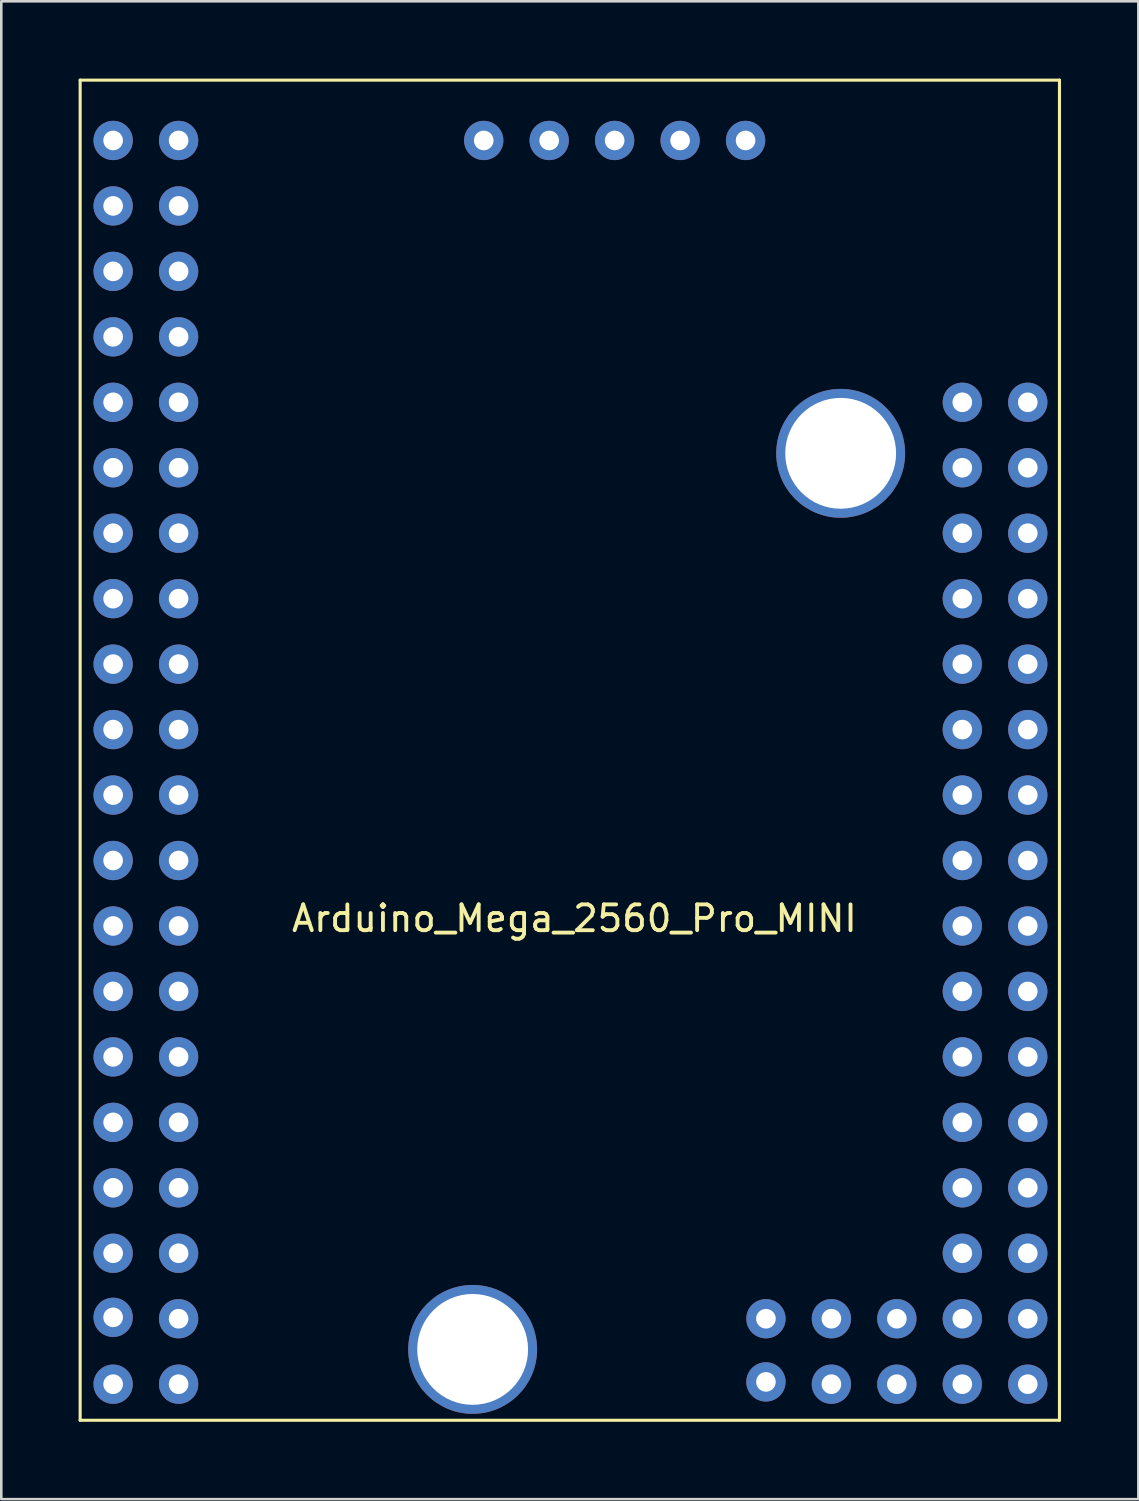
<source format=kicad_pcb>
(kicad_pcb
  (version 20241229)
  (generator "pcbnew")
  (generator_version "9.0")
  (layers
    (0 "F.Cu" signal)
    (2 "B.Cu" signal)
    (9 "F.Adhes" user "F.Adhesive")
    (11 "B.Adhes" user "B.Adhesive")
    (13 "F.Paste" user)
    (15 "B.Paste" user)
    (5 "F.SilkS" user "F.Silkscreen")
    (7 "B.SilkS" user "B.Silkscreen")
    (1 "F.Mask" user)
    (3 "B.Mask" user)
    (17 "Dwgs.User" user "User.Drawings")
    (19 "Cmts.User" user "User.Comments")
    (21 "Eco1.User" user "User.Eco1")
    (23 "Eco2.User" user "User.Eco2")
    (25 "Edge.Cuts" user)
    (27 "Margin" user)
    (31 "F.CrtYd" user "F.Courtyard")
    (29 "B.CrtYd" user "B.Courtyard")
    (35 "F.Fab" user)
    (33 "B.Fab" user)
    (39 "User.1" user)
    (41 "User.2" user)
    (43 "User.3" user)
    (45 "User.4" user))
  (footprint "Arduino_Mega_2560_Pro_MINI"
    (layer "F.Cu")
    (at 19.06 26.06)
    (property "Reference" "Arduino_Mega_2560_Pro_MINI" (at 0.178 6.528 0) (layer "F.SilkS") (effects (font (size 1 1) (thickness 0.15))))
    (attr through_hole)
    (fp_line (start -19 -26) (end 19 -26) (stroke (width 0.12) (type solid)) (layer "F.SilkS"))
    (fp_line (start -19 26) (end -19 -26) (stroke (width 0.12) (type solid)) (layer "F.SilkS"))
    (fp_line (start 19 -26) (end 19 26) (stroke (width 0.12) (type solid)) (layer "F.SilkS"))
    (fp_line (start 19 26) (end -19 26) (stroke (width 0.12) (type solid)) (layer "F.SilkS"))
    (pad "0" thru_hole circle (at -15.18 -13.5) (size 1.524 1.524) (drill 0.762) (layers "*.Cu" "*.Mask"))
    (pad "1" thru_hole circle (at -17.72 -13.5) (size 1.524 1.524) (drill 0.762) (layers "*.Cu" "*.Mask"))
    (pad "2" thru_hole circle (at -15.18 -10.96) (size 1.524 1.524) (drill 0.762) (layers "*.Cu" "*.Mask"))
    (pad "3" thru_hole circle (at -17.72 -10.96) (size 1.524 1.524) (drill 0.762) (layers "*.Cu" "*.Mask"))
    (pad "4" thru_hole circle (at -15.18 -8.42) (size 1.524 1.524) (drill 0.762) (layers "*.Cu" "*.Mask"))
    (pad "5" thru_hole circle (at -17.72 -8.42) (size 1.524 1.524) (drill 0.762) (layers "*.Cu" "*.Mask"))
    (pad "6" thru_hole circle (at -15.18 -5.88) (size 1.524 1.524) (drill 0.762) (layers "*.Cu" "*.Mask"))
    (pad "7" thru_hole circle (at -17.72 -5.88) (size 1.524 1.524) (drill 0.762) (layers "*.Cu" "*.Mask"))
    (pad "8" thru_hole circle (at -15.18 -3.34) (size 1.524 1.524) (drill 0.762) (layers "*.Cu" "*.Mask"))
    (pad "9" thru_hole circle (at -17.72 -3.34) (size 1.524 1.524) (drill 0.762) (layers "*.Cu" "*.Mask"))
    (pad "10" thru_hole circle (at -15.18 -0.8) (size 1.524 1.524) (drill 0.762) (layers "*.Cu" "*.Mask"))
    (pad "11" thru_hole circle (at -17.72 -0.8) (size 1.524 1.524) (drill 0.762) (layers "*.Cu" "*.Mask"))
    (pad "12" thru_hole circle (at -15.18 1.74) (size 1.524 1.524) (drill 0.762) (layers "*.Cu" "*.Mask"))
    (pad "13" thru_hole circle (at -17.72 1.74) (size 1.524 1.524) (drill 0.762) (layers "*.Cu" "*.Mask"))
    (pad "14" thru_hole circle (at -15.18 4.28) (size 1.524 1.524) (drill 0.762) (layers "*.Cu" "*.Mask"))
    (pad "15" thru_hole circle (at -17.72 4.28) (size 1.524 1.524) (drill 0.762) (layers "*.Cu" "*.Mask"))
    (pad "16" thru_hole circle (at -15.18 6.82) (size 1.524 1.524) (drill 0.762) (layers "*.Cu" "*.Mask"))
    (pad "17" thru_hole circle (at -17.72 6.82) (size 1.524 1.524) (drill 0.762) (layers "*.Cu" "*.Mask"))
    (pad "18" thru_hole circle (at -15.18 9.36) (size 1.524 1.524) (drill 0.762) (layers "*.Cu" "*.Mask"))
    (pad "19" thru_hole circle (at -17.72 9.36) (size 1.524 1.524) (drill 0.762) (layers "*.Cu" "*.Mask"))
    (pad "20" thru_hole circle (at -15.18 11.9) (size 1.524 1.524) (drill 0.762) (layers "*.Cu" "*.Mask"))
    (pad "21" thru_hole circle (at -17.72 11.9) (size 1.524 1.524) (drill 0.762) (layers "*.Cu" "*.Mask"))
    (pad "22" thru_hole circle (at -15.18 14.44) (size 1.524 1.524) (drill 0.762) (layers "*.Cu" "*.Mask"))
    (pad "23" thru_hole circle (at -17.72 14.44) (size 1.524 1.524) (drill 0.762) (layers "*.Cu" "*.Mask"))
    (pad "24" thru_hole circle (at -15.18 16.98) (size 1.524 1.524) (drill 0.762) (layers "*.Cu" "*.Mask"))
    (pad "24.32" thru_hole circle (at -17.72 -23.66) (size 1.524 1.524) (drill 0.762) (layers "*.Cu" "*.Mask"))
    (pad "24.33" thru_hole circle (at -17.72 -21.12) (size 1.524 1.524) (drill 0.762) (layers "*.Cu" "*.Mask"))
    (pad "24.52" thru_hole circle (at 10.51 -11.52) (size 5 5) (drill 4.3) (layers "*.Cu" "*.Mask"))
    (pad "24.53" thru_hole circle (at -3.77 23.25) (size 5 5) (drill 4.3) (layers "*.Cu" "*.Mask"))
    (pad "25" thru_hole circle (at -17.72 16.98) (size 1.524 1.524) (drill 0.762) (layers "*.Cu" "*.Mask"))
    (pad "26" thru_hole circle (at -15.18 19.52) (size 1.524 1.524) (drill 0.762) (layers "*.Cu" "*.Mask"))
    (pad "27" thru_hole circle (at -17.72 19.52) (size 1.524 1.524) (drill 0.762) (layers "*.Cu" "*.Mask"))
    (pad "28" thru_hole circle (at -15.18 22.06) (size 1.524 1.524) (drill 0.762) (layers "*.Cu" "*.Mask"))
    (pad "29" thru_hole circle (at -17.72 22.006) (size 1.524 1.524) (drill 0.762) (layers "*.Cu" "*.Mask"))
    (pad "30" thru_hole circle (at -15.18 24.6) (size 1.524 1.524) (drill 0.762) (layers "*.Cu" "*.Mask"))
    (pad "31" thru_hole circle (at -17.72 24.6) (size 1.524 1.524) (drill 0.762) (layers "*.Cu" "*.Mask"))
    (pad "32" thru_hole circle (at 17.77 6.82) (size 1.524 1.524) (drill 0.762) (layers "*.Cu" "*.Mask"))
    (pad "33" thru_hole circle (at 15.23 6.82) (size 1.524 1.524) (drill 0.762) (layers "*.Cu" "*.Mask"))
    (pad "34" thru_hole circle (at 17.77 9.36) (size 1.524 1.524) (drill 0.762) (layers "*.Cu" "*.Mask"))
    (pad "35" thru_hole circle (at 15.23 9.36) (size 1.524 1.524) (drill 0.762) (layers "*.Cu" "*.Mask"))
    (pad "36" thru_hole circle (at 17.77 11.9) (size 1.524 1.524) (drill 0.762) (layers "*.Cu" "*.Mask"))
    (pad "37" thru_hole circle (at 15.23 11.9) (size 1.524 1.524) (drill 0.762) (layers "*.Cu" "*.Mask"))
    (pad "38" thru_hole circle (at 17.77 14.44) (size 1.524 1.524) (drill 0.762) (layers "*.Cu" "*.Mask"))
    (pad "39" thru_hole circle (at 15.23 14.44) (size 1.524 1.524) (drill 0.762) (layers "*.Cu" "*.Mask"))
    (pad "40" thru_hole circle (at 17.77 16.98) (size 1.524 1.524) (drill 0.762) (layers "*.Cu" "*.Mask"))
    (pad "41" thru_hole circle (at 15.23 16.98) (size 1.524 1.524) (drill 0.762) (layers "*.Cu" "*.Mask"))
    (pad "42" thru_hole circle (at 17.77 19.52) (size 1.524 1.524) (drill 0.762) (layers "*.Cu" "*.Mask"))
    (pad "43" thru_hole circle (at 15.23 19.52) (size 1.524 1.524) (drill 0.762) (layers "*.Cu" "*.Mask"))
    (pad "44" thru_hole circle (at 17.77 22.06) (size 1.524 1.524) (drill 0.762) (layers "*.Cu" "*.Mask"))
    (pad "45" thru_hole circle (at 15.23 22.06) (size 1.524 1.524) (drill 0.762) (layers "*.Cu" "*.Mask"))
    (pad "46" thru_hole circle (at 17.77 24.6) (size 1.524 1.524) (drill 0.762) (layers "*.Cu" "*.Mask"))
    (pad "47" thru_hole circle (at 15.23 24.6) (size 1.524 1.524) (drill 0.762) (layers "*.Cu" "*.Mask"))
    (pad "48" thru_hole circle (at 12.69 24.6) (size 1.524 1.524) (drill 0.762) (layers "*.Cu" "*.Mask"))
    (pad "49" thru_hole circle (at 12.69 22.06) (size 1.524 1.524) (drill 0.762) (layers "*.Cu" "*.Mask"))
    (pad "50" thru_hole circle (at 10.15 24.6) (size 1.524 1.524) (drill 0.762) (layers "*.Cu" "*.Mask"))
    (pad "51" thru_hole circle (at 10.15 22.06) (size 1.524 1.524) (drill 0.762) (layers "*.Cu" "*.Mask"))
    (pad "52" thru_hole circle (at 7.61 24.511) (size 1.524 1.524) (drill 0.762) (layers "*.Cu" "*.Mask"))
    (pad "53" thru_hole circle (at 7.61 22.06) (size 1.524 1.524) (drill 0.762) (layers "*.Cu" "*.Mask"))
    (pad "60" thru_hole circle (at 6.82 -23.66) (size 1.524 1.524) (drill 0.762) (layers "*.Cu" "*.Mask"))
    (pad "61" thru_hole circle (at -15.18 -21.12) (size 1.524 1.524) (drill 0.762) (layers "*.Cu" "*.Mask"))
    (pad "70" thru_hole circle (at -15.18 -23.66) (size 1.524 1.524) (drill 0.762) (layers "*.Cu" "*.Mask"))
    (pad "71" thru_hole circle (at -15.18 -18.58) (size 1.524 1.524) (drill 0.762) (layers "*.Cu" "*.Mask"))
    (pad "72" thru_hole circle (at -17.72 -18.58) (size 1.524 1.524) (drill 0.762) (layers "*.Cu" "*.Mask"))
    (pad "100" thru_hole circle (at -3.34 -23.66) (size 1.524 1.524) (drill 0.762) (layers "*.Cu" "*.Mask"))
    (pad "101" thru_hole circle (at -0.8 -23.66) (size 1.524 1.524) (drill 0.762) (layers "*.Cu" "*.Mask"))
    (pad "102" thru_hole circle (at 1.74 -23.66) (size 1.524 1.524) (drill 0.762) (layers "*.Cu" "*.Mask"))
    (pad "103" thru_hole circle (at 4.28 -23.66) (size 1.524 1.524) (drill 0.762) (layers "*.Cu" "*.Mask"))
    (pad "104" thru_hole circle (at -15.18 -16.04) (size 1.524 1.524) (drill 0.762) (layers "*.Cu" "*.Mask"))
    (pad "105" thru_hole circle (at -17.72 -16.04) (size 1.524 1.524) (drill 0.762) (layers "*.Cu" "*.Mask"))
    (pad "200" thru_hole circle (at 17.77 -13.5) (size 1.524 1.524) (drill 0.762) (layers "*.Cu" "*.Mask"))
    (pad "201" thru_hole circle (at 15.23 -13.5) (size 1.524 1.524) (drill 0.762) (layers "*.Cu" "*.Mask"))
    (pad "202" thru_hole circle (at 17.77 -10.96) (size 1.524 1.524) (drill 0.762) (layers "*.Cu" "*.Mask"))
    (pad "203" thru_hole circle (at 15.23 -10.96) (size 1.524 1.524) (drill 0.762) (layers "*.Cu" "*.Mask"))
    (pad "204" thru_hole circle (at 17.77 -8.42) (size 1.524 1.524) (drill 0.762) (layers "*.Cu" "*.Mask"))
    (pad "205" thru_hole circle (at 15.23 -8.42) (size 1.524 1.524) (drill 0.762) (layers "*.Cu" "*.Mask"))
    (pad "206" thru_hole circle (at 17.77 -5.88) (size 1.524 1.524) (drill 0.762) (layers "*.Cu" "*.Mask"))
    (pad "207" thru_hole circle (at 15.23 -5.88) (size 1.524 1.524) (drill 0.762) (layers "*.Cu" "*.Mask"))
    (pad "208" thru_hole circle (at 17.77 -3.34) (size 1.524 1.524) (drill 0.762) (layers "*.Cu" "*.Mask"))
    (pad "209" thru_hole circle (at 15.23 -3.34) (size 1.524 1.524) (drill 0.762) (layers "*.Cu" "*.Mask"))
    (pad "210" thru_hole circle (at 17.77 -0.8) (size 1.524 1.524) (drill 0.762) (layers "*.Cu" "*.Mask"))
    (pad "211" thru_hole circle (at 15.23 -0.8) (size 1.524 1.524) (drill 0.762) (layers "*.Cu" "*.Mask"))
    (pad "212" thru_hole circle (at 17.77 1.74) (size 1.524 1.524) (drill 0.762) (layers "*.Cu" "*.Mask"))
    (pad "213" thru_hole circle (at 15.23 1.74) (size 1.524 1.524) (drill 0.762) (layers "*.Cu" "*.Mask"))
    (pad "214" thru_hole circle (at 17.77 4.28) (size 1.524 1.524) (drill 0.762) (layers "*.Cu" "*.Mask"))
    (pad "215" thru_hole circle (at 15.23 4.28) (size 1.524 1.524) (drill 0.762) (layers "*.Cu" "*.Mask")))
  (gr_rect
    (start -3 -3)
    (end 41.12 55.12)
    (stroke (width 0.1) (type default))
    (fill no)
    (layer "Edge.Cuts")))
</source>
